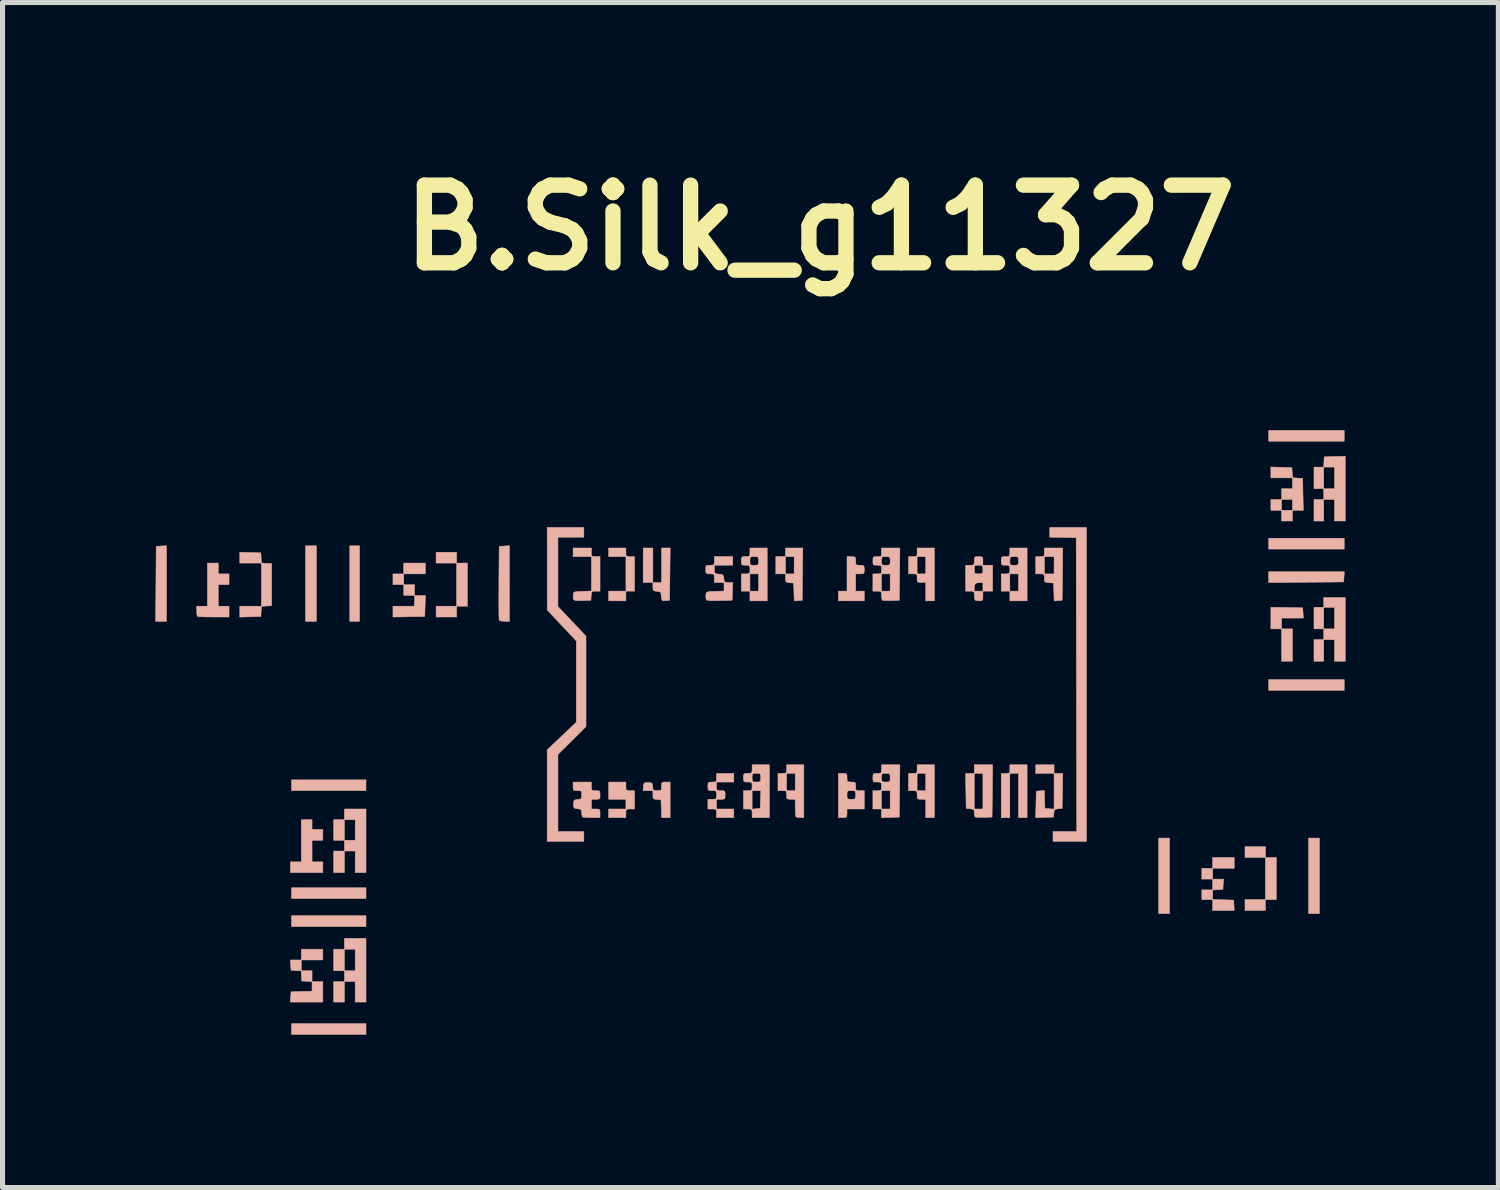
<source format=kicad_pcb>
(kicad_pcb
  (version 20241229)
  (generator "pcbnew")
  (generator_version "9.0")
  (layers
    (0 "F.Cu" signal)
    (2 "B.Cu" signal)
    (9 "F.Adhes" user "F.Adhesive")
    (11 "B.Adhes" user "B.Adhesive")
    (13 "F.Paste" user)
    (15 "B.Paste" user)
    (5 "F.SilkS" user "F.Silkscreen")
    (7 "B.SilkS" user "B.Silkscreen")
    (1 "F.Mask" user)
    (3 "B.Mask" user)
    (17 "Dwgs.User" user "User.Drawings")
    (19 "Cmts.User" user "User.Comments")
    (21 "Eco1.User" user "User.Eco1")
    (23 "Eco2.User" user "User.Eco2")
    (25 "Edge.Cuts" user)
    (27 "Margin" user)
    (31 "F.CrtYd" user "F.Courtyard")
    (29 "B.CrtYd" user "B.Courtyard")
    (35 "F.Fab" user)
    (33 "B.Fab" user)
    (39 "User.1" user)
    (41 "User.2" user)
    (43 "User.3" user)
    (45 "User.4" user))
  (footprint "B.Silk_g11327"
    (layer "F.Cu")
    (at 13.044 1.418)
    (property "Reference" "B.Silk_g11327" (at 0 0 0) (layer "F.SilkS") (effects (font (size 1.524 1.524) (thickness 0.3))))
    (attr through_hole)
    (fp_poly (pts (xy -9.885 7.726) (xy -10.097 7.726) (xy -10.097 6.244) (xy -9.885 6.244) (xy -9.885 7.726)) (stroke (width 0.01) (type solid)) (fill yes) (layer "B.SilkS"))
    (fp_poly (pts (xy -9.758 14.372) (xy -10.181 14.372) (xy -10.181 14.161) (xy -9.758 14.161) (xy -9.758 14.372)) (stroke (width 0.01) (type solid)) (fill yes) (layer "B.SilkS"))
    (fp_poly (pts (xy -9.335 12.658) (xy -9.546 12.658) (xy -9.546 12.234) (xy -9.335 12.234) (xy -9.335 12.658)) (stroke (width 0.01) (type solid)) (fill yes) (layer "B.SilkS"))
    (fp_poly (pts (xy -9.335 15.198) (xy -9.546 15.198) (xy -9.546 14.796) (xy -9.335 14.796) (xy -9.335 15.198)) (stroke (width 0.01) (type solid)) (fill yes) (layer "B.SilkS"))
    (fp_poly (pts (xy -9.038 7.726) (xy -9.229 7.726) (xy -9.229 6.244) (xy -9.038 6.244) (xy -9.038 7.726)) (stroke (width 0.01) (type solid)) (fill yes) (layer "B.SilkS"))
    (fp_poly (pts (xy -8.911 11.049) (xy -10.372 11.049) (xy -10.372 10.837) (xy -8.911 10.837) (xy -8.911 11.049)) (stroke (width 0.01) (type solid)) (fill yes) (layer "B.SilkS"))
    (fp_poly (pts (xy -8.911 13.166) (xy -10.372 13.166) (xy -10.372 12.954) (xy -8.911 12.954) (xy -8.911 13.166)) (stroke (width 0.01) (type solid)) (fill yes) (layer "B.SilkS"))
    (fp_poly (pts (xy -8.911 13.716) (xy -10.372 13.716) (xy -10.372 13.504) (xy -8.911 13.504) (xy -8.911 13.716)) (stroke (width 0.01) (type solid)) (fill yes) (layer "B.SilkS"))
    (fp_poly (pts (xy -8.911 15.833) (xy -10.372 15.833) (xy -10.372 15.621) (xy -8.911 15.621) (xy -8.911 15.833)) (stroke (width 0.01) (type solid)) (fill yes) (layer "B.SilkS"))
    (fp_poly (pts (xy -8.17 7.006) (xy -8.382 7.006) (xy -8.382 6.795) (xy -8.17 6.795) (xy -8.17 7.006)) (stroke (width 0.01) (type solid)) (fill yes) (layer "B.SilkS"))
    (fp_poly (pts (xy -7.959 7.218) (xy -8.17 7.218) (xy -8.17 7.006) (xy -7.959 7.006) (xy -7.959 7.218)) (stroke (width 0.01) (type solid)) (fill yes) (layer "B.SilkS"))
    (fp_poly (pts (xy -7.747 6.795) (xy -8.17 6.795) (xy -8.17 6.583) (xy -7.747 6.583) (xy -7.747 6.795)) (stroke (width 0.01) (type solid)) (fill yes) (layer "B.SilkS"))
    (fp_poly (pts (xy -7.133 6.583) (xy -7.535 6.583) (xy -7.535 6.371) (xy -7.133 6.371) (xy -7.133 6.583)) (stroke (width 0.01) (type solid)) (fill yes) (layer "B.SilkS"))
    (fp_poly (pts (xy -7.133 7.641) (xy -7.535 7.641) (xy -7.535 7.429) (xy -7.133 7.429) (xy -7.133 7.641)) (stroke (width 0.01) (type solid)) (fill yes) (layer "B.SilkS"))
    (fp_poly (pts (xy -6.921 7.429) (xy -7.133 7.429) (xy -7.133 6.583) (xy -6.921 6.583) (xy -6.921 7.429)) (stroke (width 0.01) (type solid)) (fill yes) (layer "B.SilkS"))
    (fp_poly (pts (xy -3.81 7.324) (xy -4.149 7.324) (xy -4.149 7.133) (xy -3.81 7.133) (xy -3.81 7.324)) (stroke (width 0.01) (type solid)) (fill yes) (layer "B.SilkS"))
    (fp_poly (pts (xy -3.281 6.964) (xy -3.471 6.964) (xy -3.471 6.287) (xy -3.281 6.287) (xy -3.281 6.964)) (stroke (width 0.01) (type solid)) (fill yes) (layer "B.SilkS"))
    (fp_poly (pts (xy 4.593 10.71) (xy 4.233 10.71) (xy 4.233 10.541) (xy 4.593 10.541) (xy 4.593 10.71)) (stroke (width 0.01) (type solid)) (fill yes) (layer "B.SilkS"))
    (fp_poly (pts (xy 6.858 13.462) (xy 6.646 13.462) (xy 6.646 11.98) (xy 6.858 11.98) (xy 6.858 13.462)) (stroke (width 0.01) (type solid)) (fill yes) (layer "B.SilkS"))
    (fp_poly (pts (xy 7.705 12.785) (xy 7.493 12.785) (xy 7.493 12.573) (xy 7.705 12.573) (xy 7.705 12.785)) (stroke (width 0.01) (type solid)) (fill yes) (layer "B.SilkS"))
    (fp_poly (pts (xy 8.128 12.573) (xy 7.705 12.573) (xy 7.705 12.361) (xy 8.128 12.361) (xy 8.128 12.573)) (stroke (width 0.01) (type solid)) (fill yes) (layer "B.SilkS"))
    (fp_poly (pts (xy 8.742 12.361) (xy 8.34 12.361) (xy 8.34 12.15) (xy 8.742 12.15) (xy 8.742 12.361)) (stroke (width 0.01) (type solid)) (fill yes) (layer "B.SilkS"))
    (fp_poly (pts (xy 8.742 13.399) (xy 8.34 13.399) (xy 8.34 13.187) (xy 8.742 13.187) (xy 8.742 13.399)) (stroke (width 0.01) (type solid)) (fill yes) (layer "B.SilkS"))
    (fp_poly (pts (xy 8.954 13.187) (xy 8.742 13.187) (xy 8.742 12.361) (xy 8.954 12.361) (xy 8.954 13.187)) (stroke (width 0.01) (type solid)) (fill yes) (layer "B.SilkS"))
    (fp_poly (pts (xy 9.271 8.509) (xy 9.059 8.509) (xy 9.059 7.874) (xy 9.271 7.874) (xy 9.271 8.509)) (stroke (width 0.01) (type solid)) (fill yes) (layer "B.SilkS"))
    (fp_poly (pts (xy 9.8 13.462) (xy 9.588 13.462) (xy 9.588 11.98) (xy 9.8 11.98) (xy 9.8 13.462)) (stroke (width 0.01) (type solid)) (fill yes) (layer "B.SilkS"))
    (fp_poly (pts (xy 9.885 5.757) (xy 9.694 5.757) (xy 9.694 5.334) (xy 9.885 5.334) (xy 9.885 5.757)) (stroke (width 0.01) (type solid)) (fill yes) (layer "B.SilkS"))
    (fp_poly (pts (xy 9.885 8.509) (xy 9.694 8.509) (xy 9.694 8.086) (xy 9.885 8.086) (xy 9.885 8.509)) (stroke (width 0.01) (type solid)) (fill yes) (layer "B.SilkS"))
    (fp_poly (pts (xy 10.287 4.191) (xy 8.805 4.191) (xy 8.805 3.979) (xy 10.287 3.979) (xy 10.287 4.191)) (stroke (width 0.01) (type solid)) (fill yes) (layer "B.SilkS"))
    (fp_poly (pts (xy 10.287 6.308) (xy 8.805 6.308) (xy 8.805 6.096) (xy 10.287 6.096) (xy 10.287 6.308)) (stroke (width 0.01) (type solid)) (fill yes) (layer "B.SilkS"))
    (fp_poly (pts (xy 10.287 9.081) (xy 8.805 9.081) (xy 8.805 8.869) (xy 10.287 8.869) (xy 10.287 9.081)) (stroke (width 0.01) (type solid)) (fill yes) (layer "B.SilkS"))
    (fp_poly (pts (xy -12.827 7.726) (xy -13.039 7.726) (xy -13.034 6.99) (xy -13.028 6.255) (xy -12.928 6.248) (xy -12.827 6.242) (xy -12.827 7.726)) (stroke (width 0.01) (type solid)) (fill yes) (layer "B.SilkS"))
    (fp_poly (pts (xy 10.283 6.853) (xy 10.276 6.953) (xy 9.541 6.959) (xy 8.805 6.964) (xy 8.805 6.752) (xy 10.289 6.752) (xy 10.283 6.853)) (stroke (width 0.01) (type solid)) (fill yes) (layer "B.SilkS"))
    (fp_poly (pts (xy -7.758 7.631) (xy -8.07 7.636) (xy -8.382 7.642) (xy -8.382 7.429) (xy -7.959 7.429) (xy -7.959 7.218) (xy -7.745 7.218) (xy -7.758 7.631)) (stroke (width 0.01) (type solid)) (fill yes) (layer "B.SilkS"))
    (fp_poly (pts (xy 9.16 7.455) (xy 9.472 7.461) (xy 9.479 7.562) (xy 9.485 7.662) (xy 9.059 7.662) (xy 9.059 7.874) (xy 8.848 7.874) (xy 8.848 7.45) (xy 9.16 7.455)) (stroke (width 0.01) (type solid)) (fill yes) (layer "B.SilkS"))
    (fp_poly (pts (xy 5.228 12.044) (xy 4.572 12.044) (xy 4.572 11.853) (xy 5.038 11.853) (xy 5.032 8.969) (xy 5.027 6.085) (xy 4.768 6.079) (xy 4.508 6.074) (xy 4.508 5.884) (xy 5.228 5.884) (xy 5.228 12.044)) (stroke (width 0.01) (type solid)) (fill yes) (layer "B.SilkS"))
    (fp_poly (pts (xy -9.97 11.811) (xy -9.758 11.811) (xy -9.758 12.023) (xy -9.97 12.023) (xy -9.97 12.446) (xy -9.758 12.446) (xy -9.758 12.658) (xy -10.393 12.658) (xy -10.393 12.446) (xy -10.181 12.446) (xy -10.181 11.62) (xy -9.97 11.62) (xy -9.97 11.811)) (stroke (width 0.01) (type solid)) (fill yes) (layer "B.SilkS"))
    (fp_poly (pts (xy -3.81 6.371) (xy -3.808 6.425) (xy -3.794 6.449) (xy -3.755 6.456) (xy -3.725 6.456) (xy -3.641 6.456) (xy -3.641 7.133) (xy -3.81 7.133) (xy -3.81 6.456) (xy -4.149 6.456) (xy -4.149 6.287) (xy -3.81 6.287) (xy -3.81 6.371)) (stroke (width 0.01) (type solid)) (fill yes) (layer "B.SilkS"))
    (fp_poly (pts (xy 7.906 12.986) (xy 7.705 12.999) (xy 7.705 13.185) (xy 8.117 13.197) (xy 8.124 13.298) (xy 8.13 13.399) (xy 7.705 13.399) (xy 7.705 13.187) (xy 7.493 13.187) (xy 7.493 12.996) (xy 7.705 12.996) (xy 7.705 12.785) (xy 7.919 12.785) (xy 7.906 12.986)) (stroke (width 0.01) (type solid)) (fill yes) (layer "B.SilkS"))
    (fp_poly (pts (xy -9.335 12.023) (xy -9.546 12.023) (xy -9.546 11.62) (xy -9.335 11.62) (xy -9.335 12.023) (xy -9.123 12.023) (xy -9.123 11.62) (xy -9.335 11.62) (xy -9.335 11.409) (xy -8.911 11.409) (xy -8.911 12.658) (xy -9.123 12.658) (xy -9.123 12.234) (xy -9.335 12.234) (xy -9.335 12.023)) (stroke (width 0.01) (type solid)) (fill yes) (layer "B.SilkS"))
    (fp_poly (pts (xy -9.335 14.584) (xy -9.546 14.584) (xy -9.546 14.161) (xy -9.335 14.161) (xy -9.335 14.584) (xy -9.123 14.584) (xy -9.123 14.161) (xy -9.335 14.161) (xy -9.335 13.949) (xy -8.911 13.949) (xy -8.911 15.198) (xy -9.123 15.198) (xy -9.123 14.796) (xy -9.335 14.796) (xy -9.335 14.584)) (stroke (width 0.01) (type solid)) (fill yes) (layer "B.SilkS"))
    (fp_poly (pts (xy 4.064 11.578) (xy 3.895 11.578) (xy 3.895 10.71) (xy 3.725 10.71) (xy 3.725 11.578) (xy 3.556 11.578) (xy 3.556 10.71) (xy 3.641 10.71) (xy 3.695 10.708) (xy 3.719 10.694) (xy 3.725 10.655) (xy 3.725 10.626) (xy 3.725 10.541) (xy 4.064 10.541) (xy 4.064 11.578)) (stroke (width 0.01) (type solid)) (fill yes) (layer "B.SilkS"))
    (fp_poly (pts (xy 9.885 7.874) (xy 9.694 7.874) (xy 9.694 7.451) (xy 9.885 7.451) (xy 9.885 7.874) (xy 10.097 7.874) (xy 10.097 7.451) (xy 9.885 7.451) (xy 9.885 7.26) (xy 10.308 7.26) (xy 10.308 8.509) (xy 10.097 8.509) (xy 10.097 8.086) (xy 9.885 8.086) (xy 9.885 7.874)) (stroke (width 0.01) (type solid)) (fill yes) (layer "B.SilkS"))
    (fp_poly (pts (xy -6.096 7.726) (xy -6.192 7.726) (xy -6.257 7.72) (xy -6.294 7.705) (xy -6.298 7.699) (xy -6.3 7.672) (xy -6.302 7.608) (xy -6.303 7.512) (xy -6.304 7.389) (xy -6.304 7.244) (xy -6.303 7.083) (xy -6.303 6.964) (xy -6.297 6.255) (xy -6.197 6.248) (xy -6.096 6.242) (xy -6.096 7.726)) (stroke (width 0.01) (type solid)) (fill yes) (layer "B.SilkS"))
    (fp_poly (pts (xy -11.181 6.376) (xy -10.975 6.382) (xy -10.962 6.581) (xy -10.863 6.587) (xy -10.763 6.593) (xy -10.763 7.419) (xy -10.863 7.425) (xy -10.962 7.432) (xy -10.969 7.531) (xy -10.975 7.631) (xy -11.388 7.643) (xy -11.388 7.429) (xy -10.964 7.429) (xy -10.964 6.583) (xy -11.388 6.583) (xy -11.388 6.37) (xy -11.181 6.376)) (stroke (width 0.01) (type solid)) (fill yes) (layer "B.SilkS"))
    (fp_poly (pts (xy 9.885 5.122) (xy 9.694 5.122) (xy 9.694 4.699) (xy 9.883 4.699) (xy 9.885 4.699) (xy 9.885 5.122) (xy 10.097 5.122) (xy 10.097 4.699) (xy 9.885 4.699) (xy 9.883 4.699) (xy 9.889 4.598) (xy 9.895 4.498) (xy 10.308 4.486) (xy 10.308 5.757) (xy 10.097 5.757) (xy 10.097 5.334) (xy 9.885 5.334) (xy 9.885 5.122)) (stroke (width 0.01) (type solid)) (fill yes) (layer "B.SilkS"))
    (fp_poly (pts (xy -4.636 6.075) (xy -5.144 6.075) (xy -5.144 7.436) (xy -4.868 7.727) (xy -4.593 8.018) (xy -4.593 9.79) (xy -4.868 10.065) (xy -5.144 10.339) (xy -5.144 11.853) (xy -4.636 11.853) (xy -4.636 12.044) (xy -5.355 12.044) (xy -5.355 10.248) (xy -4.784 9.707) (xy -4.784 8.111) (xy -5.354 7.504) (xy -5.355 5.884) (xy -4.636 5.884) (xy -4.636 6.075)) (stroke (width 0.01) (type solid)) (fill yes) (layer "B.SilkS"))
    (fp_poly (pts (xy -10.181 14.584) (xy -9.97 14.584) (xy -9.97 14.796) (xy -9.758 14.796) (xy -9.758 15.198) (xy -10.395 15.198) (xy -10.389 15.097) (xy -10.382 14.997) (xy -9.97 14.984) (xy -9.97 14.798) (xy -10.07 14.791) (xy -10.171 14.785) (xy -10.177 14.685) (xy -10.183 14.586) (xy -10.283 14.58) (xy -10.382 14.573) (xy -10.389 14.473) (xy -10.395 14.372) (xy -10.181 14.372) (xy -10.181 14.584)) (stroke (width 0.01) (type solid)) (fill yes) (layer "B.SilkS"))
    (fp_poly (pts (xy -2.947 6.8) (xy -2.953 7.313) (xy -3.031 7.32) (xy -3.08 7.322) (xy -3.103 7.31) (xy -3.112 7.273) (xy -3.116 7.235) (xy -3.122 7.178) (xy -3.137 7.15) (xy -3.173 7.14) (xy -3.201 7.137) (xy -3.253 7.13) (xy -3.275 7.112) (xy -3.281 7.07) (xy -3.281 7.047) (xy -3.281 6.964) (xy -3.111 6.964) (xy -3.111 6.287) (xy -2.941 6.287) (xy -2.947 6.8)) (stroke (width 0.01) (type solid)) (fill yes) (layer "B.SilkS"))
    (fp_poly (pts (xy -11.811 6.795) (xy -11.599 6.795) (xy -11.599 7.006) (xy -11.811 7.006) (xy -11.811 7.429) (xy -11.599 7.429) (xy -11.599 7.641) (xy -11.903 7.641) (xy -12.012 7.64) (xy -12.106 7.638) (xy -12.176 7.634) (xy -12.215 7.629) (xy -12.22 7.627) (xy -12.229 7.599) (xy -12.234 7.545) (xy -12.234 7.521) (xy -12.234 7.429) (xy -12.023 7.429) (xy -12.023 6.583) (xy -11.811 6.583) (xy -11.811 6.795)) (stroke (width 0.01) (type solid)) (fill yes) (layer "B.SilkS"))
    (fp_poly (pts (xy -3.81 10.964) (xy -3.808 11.019) (xy -3.794 11.043) (xy -3.755 11.049) (xy -3.725 11.049) (xy -3.641 11.049) (xy -3.641 11.409) (xy -3.725 11.409) (xy -3.78 11.411) (xy -3.804 11.425) (xy -3.81 11.464) (xy -3.81 11.493) (xy -3.81 11.578) (xy -4.149 11.578) (xy -4.149 11.409) (xy -3.81 11.409) (xy -3.81 11.218) (xy -4.149 11.218) (xy -4.149 10.88) (xy -3.81 10.88) (xy -3.81 10.964)) (stroke (width 0.01) (type solid)) (fill yes) (layer "B.SilkS"))
    (fp_poly (pts (xy 4.758 11.054) (xy 4.752 11.398) (xy 4.674 11.405) (xy 4.622 11.413) (xy 4.598 11.434) (xy 4.59 11.482) (xy 4.589 11.489) (xy 4.583 11.568) (xy 4.407 11.574) (xy 4.232 11.58) (xy 4.238 11.32) (xy 4.244 11.06) (xy 4.322 11.053) (xy 4.401 11.047) (xy 4.407 11.222) (xy 4.413 11.398) (xy 4.503 11.405) (xy 4.593 11.411) (xy 4.593 10.71) (xy 4.764 10.71) (xy 4.758 11.054)) (stroke (width 0.01) (type solid)) (fill yes) (layer "B.SilkS"))
    (fp_poly (pts (xy -0.344 6.8) (xy -0.349 7.313) (xy -0.428 7.32) (xy -0.506 7.326) (xy -0.512 7.15) (xy -0.519 6.974) (xy -0.598 6.968) (xy -0.649 6.961) (xy -0.672 6.943) (xy -0.677 6.9) (xy -0.677 6.878) (xy -0.677 6.795) (xy -0.868 6.795) (xy -0.868 6.456) (xy -0.677 6.456) (xy -0.677 6.795) (xy -0.508 6.795) (xy -0.508 6.456) (xy -0.677 6.456) (xy -0.677 6.287) (xy -0.338 6.287) (xy -0.344 6.8)) (stroke (width 0.01) (type solid)) (fill yes) (layer "B.SilkS"))
    (fp_poly (pts (xy 9.26 4.71) (xy 9.267 4.809) (xy 9.273 4.908) (xy 9.373 4.915) (xy 9.472 4.921) (xy 9.478 5.233) (xy 9.484 5.546) (xy 9.271 5.546) (xy 9.271 5.757) (xy 9.059 5.757) (xy 9.059 5.546) (xy 8.848 5.546) (xy 8.848 5.334) (xy 9.059 5.334) (xy 9.059 5.546) (xy 9.271 5.546) (xy 9.271 5.334) (xy 9.059 5.334) (xy 9.059 5.122) (xy 9.271 5.122) (xy 9.271 4.911) (xy 8.848 4.911) (xy 8.848 4.697) (xy 9.26 4.71)) (stroke (width 0.01) (type solid)) (fill yes) (layer "B.SilkS"))
    (fp_poly (pts (xy 3.382 11.054) (xy 3.376 11.568) (xy 3.216 11.574) (xy 3.138 11.575) (xy 3.076 11.572) (xy 3.044 11.566) (xy 3.042 11.565) (xy 3.031 11.535) (xy 3.027 11.484) (xy 3.027 11.481) (xy 3.023 11.435) (xy 3.004 11.414) (xy 2.956 11.406) (xy 2.947 11.405) (xy 2.868 11.398) (xy 2.862 11.054) (xy 2.856 10.71) (xy 3.027 10.71) (xy 3.027 11.409) (xy 3.196 11.409) (xy 3.196 10.71) (xy 3.027 10.71) (xy 3.027 10.541) (xy 3.387 10.541) (xy 3.382 11.054)) (stroke (width 0.01) (type solid)) (fill yes) (layer "B.SilkS"))
    (fp_poly (pts (xy 0.668 6.458) (xy 0.692 6.472) (xy 0.698 6.511) (xy 0.699 6.54) (xy 0.701 6.595) (xy 0.715 6.619) (xy 0.753 6.625) (xy 0.783 6.625) (xy 0.837 6.627) (xy 0.861 6.641) (xy 0.868 6.68) (xy 0.868 6.71) (xy 0.866 6.764) (xy 0.852 6.788) (xy 0.813 6.794) (xy 0.783 6.795) (xy 0.699 6.795) (xy 0.699 7.133) (xy 0.868 7.133) (xy 0.868 7.324) (xy 0.36 7.324) (xy 0.36 7.133) (xy 0.529 7.133) (xy 0.529 6.456) (xy 0.614 6.456) (xy 0.668 6.458)) (stroke (width 0.01) (type solid)) (fill yes) (layer "B.SilkS"))
    (fp_poly (pts (xy 2.244 7.324) (xy 2.074 7.324) (xy 2.074 6.964) (xy 1.99 6.964) (xy 1.935 6.962) (xy 1.911 6.948) (xy 1.905 6.909) (xy 1.905 6.879) (xy 1.903 6.825) (xy 1.889 6.801) (xy 1.85 6.795) (xy 1.82 6.795) (xy 1.736 6.795) (xy 1.736 6.456) (xy 1.82 6.456) (xy 1.905 6.456) (xy 1.905 6.795) (xy 2.074 6.795) (xy 2.074 6.456) (xy 1.905 6.456) (xy 1.82 6.456) (xy 1.875 6.454) (xy 1.899 6.44) (xy 1.905 6.401) (xy 1.905 6.371) (xy 1.905 6.287) (xy 2.244 6.287) (xy 2.244 7.324)) (stroke (width 0.01) (type solid)) (fill yes) (layer "B.SilkS"))
    (fp_poly (pts (xy 2.244 11.578) (xy 2.074 11.578) (xy 2.074 11.218) (xy 1.99 11.218) (xy 1.935 11.216) (xy 1.911 11.202) (xy 1.905 11.163) (xy 1.905 11.134) (xy 1.903 11.079) (xy 1.889 11.055) (xy 1.85 11.049) (xy 1.82 11.049) (xy 1.736 11.049) (xy 1.736 10.71) (xy 1.82 10.71) (xy 1.905 10.71) (xy 1.905 11.049) (xy 2.074 11.049) (xy 2.074 10.71) (xy 1.905 10.71) (xy 1.82 10.71) (xy 1.875 10.708) (xy 1.899 10.694) (xy 1.905 10.655) (xy 1.905 10.626) (xy 1.905 10.541) (xy 2.244 10.541) (xy 2.244 11.578)) (stroke (width 0.01) (type solid)) (fill yes) (layer "B.SilkS"))
    (fp_poly (pts (xy 4.758 6.8) (xy 4.752 7.313) (xy 4.595 7.326) (xy 4.589 7.15) (xy 4.583 6.974) (xy 4.493 6.968) (xy 4.436 6.962) (xy 4.41 6.947) (xy 4.403 6.911) (xy 4.403 6.878) (xy 4.401 6.825) (xy 4.386 6.801) (xy 4.347 6.795) (xy 4.318 6.795) (xy 4.233 6.795) (xy 4.233 6.456) (xy 4.318 6.456) (xy 4.403 6.456) (xy 4.403 6.795) (xy 4.593 6.795) (xy 4.593 6.456) (xy 4.403 6.456) (xy 4.318 6.456) (xy 4.372 6.454) (xy 4.396 6.44) (xy 4.402 6.401) (xy 4.403 6.371) (xy 4.403 6.287) (xy 4.763 6.287) (xy 4.758 6.8)) (stroke (width 0.01) (type solid)) (fill yes) (layer "B.SilkS"))
    (fp_poly (pts (xy -4.487 6.371) (xy -4.485 6.425) (xy -4.471 6.449) (xy -4.432 6.456) (xy -4.403 6.456) (xy -4.318 6.456) (xy -4.318 7.133) (xy -4.401 7.133) (xy -4.454 7.135) (xy -4.479 7.149) (xy -4.488 7.187) (xy -4.491 7.223) (xy -4.498 7.313) (xy -4.662 7.319) (xy -4.75 7.321) (xy -4.804 7.316) (xy -4.831 7.305) (xy -4.838 7.295) (xy -4.845 7.251) (xy -4.843 7.204) (xy -4.839 7.174) (xy -4.827 7.156) (xy -4.798 7.146) (xy -4.745 7.141) (xy -4.662 7.138) (xy -4.487 7.131) (xy -4.487 6.456) (xy -4.847 6.456) (xy -4.847 6.287) (xy -4.487 6.287) (xy -4.487 6.371)) (stroke (width 0.01) (type solid)) (fill yes) (layer "B.SilkS"))
    (fp_poly (pts (xy -2.942 11.578) (xy -3.11 11.578) (xy -3.122 11.229) (xy -3.201 11.222) (xy -3.253 11.215) (xy -3.275 11.197) (xy -3.281 11.155) (xy -3.281 11.132) (xy -3.281 11.049) (xy -3.474 11.049) (xy -3.467 10.97) (xy -3.461 10.919) (xy -3.443 10.896) (xy -3.401 10.89) (xy -3.376 10.89) (xy -3.322 10.893) (xy -3.296 10.908) (xy -3.287 10.947) (xy -3.285 10.97) (xy -3.278 11.021) (xy -3.26 11.043) (xy -3.217 11.049) (xy -3.195 11.049) (xy -3.142 11.047) (xy -3.118 11.032) (xy -3.112 10.994) (xy -3.111 10.964) (xy -3.109 10.91) (xy -3.095 10.886) (xy -3.057 10.88) (xy -3.027 10.88) (xy -2.942 10.88) (xy -2.942 11.578)) (stroke (width 0.01) (type solid)) (fill yes) (layer "B.SilkS"))
    (fp_poly (pts (xy -0.318 11.578) (xy -0.388 11.578) (xy -0.44 11.574) (xy -0.472 11.565) (xy -0.473 11.564) (xy -0.479 11.538) (xy -0.484 11.48) (xy -0.487 11.403) (xy -0.487 11.384) (xy -0.487 11.218) (xy -0.572 11.218) (xy -0.626 11.216) (xy -0.65 11.202) (xy -0.656 11.163) (xy -0.656 11.134) (xy -0.658 11.079) (xy -0.672 11.055) (xy -0.711 11.049) (xy -0.741 11.049) (xy -0.826 11.049) (xy -0.826 10.71) (xy -0.741 10.71) (xy -0.656 10.71) (xy -0.656 11.049) (xy -0.487 11.049) (xy -0.487 10.71) (xy -0.656 10.71) (xy -0.741 10.71) (xy -0.687 10.708) (xy -0.663 10.694) (xy -0.656 10.655) (xy -0.656 10.626) (xy -0.656 10.541) (xy -0.318 10.541) (xy -0.318 11.578)) (stroke (width 0.01) (type solid)) (fill yes) (layer "B.SilkS"))
    (fp_poly (pts (xy 0.499 10.712) (xy 0.523 10.727) (xy 0.529 10.765) (xy 0.529 10.795) (xy 0.531 10.849) (xy 0.545 10.873) (xy 0.584 10.879) (xy 0.614 10.88) (xy 0.668 10.882) (xy 0.692 10.896) (xy 0.698 10.935) (xy 0.699 10.964) (xy 0.701 11.019) (xy 0.715 11.043) (xy 0.753 11.049) (xy 0.783 11.049) (xy 0.868 11.049) (xy 0.868 11.409) (xy 0.529 11.409) (xy 0.529 11.493) (xy 0.527 11.548) (xy 0.513 11.572) (xy 0.474 11.578) (xy 0.445 11.578) (xy 0.36 11.578) (xy 0.36 11.134) (xy 0.529 11.134) (xy 0.531 11.188) (xy 0.545 11.212) (xy 0.584 11.218) (xy 0.614 11.218) (xy 0.668 11.216) (xy 0.692 11.202) (xy 0.698 11.163) (xy 0.699 11.134) (xy 0.696 11.079) (xy 0.682 11.055) (xy 0.644 11.049) (xy 0.614 11.049) (xy 0.56 11.051) (xy 0.536 11.065) (xy 0.529 11.104) (xy 0.529 11.134) (xy 0.36 11.134) (xy 0.36 10.71) (xy 0.445 10.71) (xy 0.499 10.712)) (stroke (width 0.01) (type solid)) (fill yes) (layer "B.SilkS"))
    (fp_poly (pts (xy -1.693 10.88) (xy -2.032 10.88) (xy -2.032 10.964) (xy -2.03 11.019) (xy -2.016 11.043) (xy -1.977 11.049) (xy -1.947 11.049) (xy -1.893 11.051) (xy -1.869 11.065) (xy -1.863 11.104) (xy -1.863 11.134) (xy -1.865 11.188) (xy -1.879 11.212) (xy -1.918 11.218) (xy -1.947 11.218) (xy -2.032 11.218) (xy -2.032 11.409) (xy -1.693 11.409) (xy -1.693 11.578) (xy -2.032 11.578) (xy -2.032 11.493) (xy -2.034 11.439) (xy -2.048 11.415) (xy -2.087 11.409) (xy -2.117 11.409) (xy -2.201 11.409) (xy -2.201 11.218) (xy -2.117 11.218) (xy -2.062 11.216) (xy -2.038 11.202) (xy -2.032 11.163) (xy -2.032 11.134) (xy -2.034 11.079) (xy -2.048 11.055) (xy -2.087 11.049) (xy -2.117 11.049) (xy -2.171 11.047) (xy -2.195 11.033) (xy -2.201 10.994) (xy -2.201 10.964) (xy -2.199 10.91) (xy -2.185 10.886) (xy -2.146 10.88) (xy -2.117 10.88) (xy -2.062 10.878) (xy -2.038 10.863) (xy -2.032 10.825) (xy -2.032 10.795) (xy -2.032 10.71) (xy -1.693 10.71) (xy -1.693 10.88)) (stroke (width 0.01) (type solid)) (fill yes) (layer "B.SilkS"))
    (fp_poly (pts (xy -1.714 6.625) (xy -2.074 6.625) (xy -2.074 6.709) (xy -2.072 6.761) (xy -2.058 6.786) (xy -2.02 6.796) (xy -1.984 6.799) (xy -1.928 6.805) (xy -1.901 6.821) (xy -1.89 6.857) (xy -1.888 6.884) (xy -1.881 6.935) (xy -1.863 6.958) (xy -1.821 6.964) (xy -1.797 6.964) (xy -1.713 6.964) (xy -1.725 7.313) (xy -1.974 7.319) (xy -2.084 7.321) (xy -2.159 7.319) (xy -2.205 7.314) (xy -2.228 7.304) (xy -2.235 7.294) (xy -2.242 7.251) (xy -2.24 7.204) (xy -2.235 7.174) (xy -2.223 7.156) (xy -2.195 7.146) (xy -2.142 7.141) (xy -2.058 7.138) (xy -1.884 7.131) (xy -1.884 6.964) (xy -2.074 6.964) (xy -2.074 6.879) (xy -2.076 6.825) (xy -2.091 6.801) (xy -2.129 6.795) (xy -2.159 6.795) (xy -2.213 6.792) (xy -2.237 6.778) (xy -2.243 6.74) (xy -2.244 6.71) (xy -2.242 6.656) (xy -2.227 6.632) (xy -2.189 6.625) (xy -2.159 6.625) (xy -2.105 6.623) (xy -2.081 6.609) (xy -2.075 6.57) (xy -2.074 6.54) (xy -2.074 6.456) (xy -1.714 6.456) (xy -1.714 6.625)) (stroke (width 0.01) (type solid)) (fill yes) (layer "B.SilkS"))
    (fp_poly (pts (xy -1.037 7.324) (xy -1.376 7.324) (xy -1.376 7.133) (xy -1.545 7.133) (xy -1.545 6.795) (xy -1.46 6.795) (xy -1.376 6.795) (xy -1.376 7.133) (xy -1.206 7.133) (xy -1.206 6.795) (xy -1.376 6.795) (xy -1.46 6.795) (xy -1.406 6.792) (xy -1.382 6.778) (xy -1.376 6.74) (xy -1.376 6.71) (xy -1.378 6.656) (xy -1.392 6.632) (xy -1.431 6.625) (xy -1.46 6.625) (xy -1.515 6.623) (xy -1.539 6.609) (xy -1.545 6.57) (xy -1.545 6.54) (xy -1.376 6.54) (xy -1.374 6.595) (xy -1.36 6.619) (xy -1.321 6.625) (xy -1.291 6.625) (xy -1.237 6.623) (xy -1.213 6.609) (xy -1.207 6.57) (xy -1.206 6.54) (xy -1.209 6.486) (xy -1.223 6.462) (xy -1.261 6.456) (xy -1.291 6.456) (xy -1.345 6.458) (xy -1.369 6.472) (xy -1.376 6.511) (xy -1.376 6.54) (xy -1.545 6.54) (xy -1.543 6.486) (xy -1.529 6.462) (xy -1.49 6.456) (xy -1.46 6.456) (xy -1.406 6.454) (xy -1.382 6.44) (xy -1.376 6.401) (xy -1.376 6.371) (xy -1.376 6.287) (xy -1.037 6.287) (xy -1.037 7.324)) (stroke (width 0.01) (type solid)) (fill yes) (layer "B.SilkS"))
    (fp_poly (pts (xy 4.064 7.324) (xy 3.725 7.324) (xy 3.725 7.133) (xy 3.556 7.133) (xy 3.556 6.795) (xy 3.641 6.795) (xy 3.725 6.795) (xy 3.725 7.133) (xy 3.895 7.133) (xy 3.895 6.795) (xy 3.725 6.795) (xy 3.641 6.795) (xy 3.695 6.792) (xy 3.719 6.778) (xy 3.725 6.74) (xy 3.725 6.71) (xy 3.723 6.656) (xy 3.709 6.632) (xy 3.67 6.625) (xy 3.641 6.625) (xy 3.586 6.623) (xy 3.562 6.609) (xy 3.556 6.57) (xy 3.556 6.54) (xy 3.725 6.54) (xy 3.727 6.595) (xy 3.742 6.619) (xy 3.78 6.625) (xy 3.81 6.625) (xy 3.864 6.623) (xy 3.888 6.609) (xy 3.894 6.57) (xy 3.895 6.54) (xy 3.893 6.486) (xy 3.878 6.462) (xy 3.84 6.456) (xy 3.81 6.456) (xy 3.756 6.458) (xy 3.732 6.472) (xy 3.726 6.511) (xy 3.725 6.54) (xy 3.556 6.54) (xy 3.558 6.486) (xy 3.572 6.462) (xy 3.611 6.456) (xy 3.641 6.456) (xy 3.695 6.454) (xy 3.719 6.44) (xy 3.725 6.401) (xy 3.725 6.371) (xy 3.725 6.287) (xy 4.064 6.287) (xy 4.064 7.324)) (stroke (width 0.01) (type solid)) (fill yes) (layer "B.SilkS"))
    (fp_poly (pts (xy 1.561 11.054) (xy 1.556 11.568) (xy 1.381 11.574) (xy 1.206 11.58) (xy 1.206 11.409) (xy 1.037 11.409) (xy 1.037 11.049) (xy 1.122 11.049) (xy 1.206 11.049) (xy 1.206 11.409) (xy 1.376 11.409) (xy 1.376 11.049) (xy 1.206 11.049) (xy 1.122 11.049) (xy 1.176 11.047) (xy 1.2 11.033) (xy 1.206 10.994) (xy 1.206 10.964) (xy 1.204 10.91) (xy 1.19 10.886) (xy 1.152 10.88) (xy 1.122 10.88) (xy 1.068 10.878) (xy 1.044 10.863) (xy 1.037 10.825) (xy 1.037 10.795) (xy 1.206 10.795) (xy 1.209 10.849) (xy 1.223 10.873) (xy 1.261 10.879) (xy 1.291 10.88) (xy 1.345 10.878) (xy 1.369 10.863) (xy 1.376 10.825) (xy 1.376 10.795) (xy 1.374 10.741) (xy 1.36 10.717) (xy 1.321 10.711) (xy 1.291 10.71) (xy 1.237 10.712) (xy 1.213 10.727) (xy 1.207 10.765) (xy 1.206 10.795) (xy 1.037 10.795) (xy 1.039 10.741) (xy 1.053 10.717) (xy 1.092 10.711) (xy 1.122 10.71) (xy 1.176 10.708) (xy 1.2 10.694) (xy 1.206 10.655) (xy 1.206 10.626) (xy 1.206 10.541) (xy 1.567 10.541) (xy 1.561 11.054)) (stroke (width 0.01) (type solid)) (fill yes) (layer "B.SilkS"))
    (fp_poly (pts (xy -4.487 10.964) (xy -4.485 11.019) (xy -4.471 11.043) (xy -4.432 11.049) (xy -4.403 11.049) (xy -4.348 11.051) (xy -4.324 11.065) (xy -4.318 11.104) (xy -4.318 11.134) (xy -4.32 11.188) (xy -4.334 11.212) (xy -4.373 11.218) (xy -4.403 11.218) (xy -4.487 11.218) (xy -4.487 11.409) (xy -4.403 11.409) (xy -4.348 11.411) (xy -4.324 11.425) (xy -4.318 11.464) (xy -4.318 11.493) (xy -4.318 11.578) (xy -4.484 11.578) (xy -4.564 11.576) (xy -4.627 11.572) (xy -4.661 11.566) (xy -4.664 11.564) (xy -4.673 11.535) (xy -4.678 11.484) (xy -4.678 11.481) (xy -4.682 11.435) (xy -4.701 11.414) (xy -4.748 11.406) (xy -4.757 11.405) (xy -4.808 11.398) (xy -4.831 11.38) (xy -4.836 11.338) (xy -4.837 11.314) (xy -4.834 11.259) (xy -4.819 11.234) (xy -4.78 11.224) (xy -4.757 11.222) (xy -4.706 11.215) (xy -4.684 11.197) (xy -4.678 11.155) (xy -4.678 11.132) (xy -4.68 11.079) (xy -4.694 11.055) (xy -4.733 11.049) (xy -4.763 11.049) (xy -4.817 11.047) (xy -4.841 11.033) (xy -4.847 10.994) (xy -4.847 10.964) (xy -4.847 10.88) (xy -4.487 10.88) (xy -4.487 10.964)) (stroke (width 0.01) (type solid)) (fill yes) (layer "B.SilkS"))
    (fp_poly (pts (xy -0.995 11.578) (xy -1.333 11.578) (xy -1.333 11.493) (xy -1.336 11.439) (xy -1.35 11.415) (xy -1.388 11.409) (xy -1.418 11.409) (xy -1.503 11.409) (xy -1.503 11.049) (xy -1.418 11.049) (xy -1.333 11.049) (xy -1.333 11.411) (xy -1.175 11.398) (xy -1.169 11.224) (xy -1.162 11.049) (xy -1.333 11.049) (xy -1.418 11.049) (xy -1.364 11.047) (xy -1.34 11.033) (xy -1.334 10.994) (xy -1.333 10.964) (xy -1.336 10.91) (xy -1.35 10.886) (xy -1.388 10.88) (xy -1.418 10.88) (xy -1.472 10.878) (xy -1.496 10.863) (xy -1.503 10.825) (xy -1.503 10.795) (xy -1.333 10.795) (xy -1.331 10.849) (xy -1.317 10.873) (xy -1.279 10.879) (xy -1.249 10.88) (xy -1.195 10.878) (xy -1.171 10.863) (xy -1.164 10.825) (xy -1.164 10.795) (xy -1.166 10.741) (xy -1.18 10.717) (xy -1.219 10.711) (xy -1.249 10.71) (xy -1.303 10.712) (xy -1.327 10.727) (xy -1.333 10.765) (xy -1.333 10.795) (xy -1.503 10.795) (xy -1.501 10.741) (xy -1.487 10.717) (xy -1.448 10.711) (xy -1.418 10.71) (xy -1.364 10.708) (xy -1.34 10.694) (xy -1.334 10.655) (xy -1.333 10.626) (xy -1.333 10.541) (xy -0.995 10.541) (xy -0.995 11.578)) (stroke (width 0.01) (type solid)) (fill yes) (layer "B.SilkS"))
    (fp_poly (pts (xy 1.561 6.8) (xy 1.556 7.313) (xy 1.396 7.319) (xy 1.317 7.32) (xy 1.256 7.318) (xy 1.223 7.312) (xy 1.221 7.31) (xy 1.212 7.281) (xy 1.207 7.228) (xy 1.206 7.214) (xy 1.204 7.162) (xy 1.19 7.139) (xy 1.15 7.133) (xy 1.122 7.133) (xy 1.037 7.133) (xy 1.037 6.795) (xy 1.122 6.795) (xy 1.206 6.795) (xy 1.206 7.133) (xy 1.376 7.133) (xy 1.376 6.795) (xy 1.206 6.795) (xy 1.122 6.795) (xy 1.176 6.792) (xy 1.2 6.778) (xy 1.206 6.74) (xy 1.206 6.71) (xy 1.204 6.656) (xy 1.19 6.632) (xy 1.152 6.625) (xy 1.122 6.625) (xy 1.068 6.623) (xy 1.044 6.609) (xy 1.037 6.57) (xy 1.037 6.54) (xy 1.206 6.54) (xy 1.209 6.595) (xy 1.223 6.619) (xy 1.261 6.625) (xy 1.291 6.625) (xy 1.345 6.623) (xy 1.369 6.609) (xy 1.376 6.57) (xy 1.376 6.54) (xy 1.374 6.486) (xy 1.36 6.462) (xy 1.321 6.456) (xy 1.291 6.456) (xy 1.237 6.458) (xy 1.213 6.472) (xy 1.207 6.511) (xy 1.206 6.54) (xy 1.037 6.54) (xy 1.039 6.486) (xy 1.053 6.462) (xy 1.092 6.456) (xy 1.122 6.456) (xy 1.176 6.454) (xy 1.2 6.44) (xy 1.206 6.401) (xy 1.206 6.371) (xy 1.206 6.287) (xy 1.567 6.287) (xy 1.561 6.8)) (stroke (width 0.01) (type solid)) (fill yes) (layer "B.SilkS"))
    (fp_poly (pts (xy 3.166 6.458) (xy 3.19 6.472) (xy 3.196 6.511) (xy 3.196 6.54) (xy 3.196 6.625) (xy 3.387 6.625) (xy 3.387 7.133) (xy 3.196 7.133) (xy 3.196 7.228) (xy 3.195 7.287) (xy 3.184 7.315) (xy 3.156 7.323) (xy 3.126 7.324) (xy 3.073 7.32) (xy 3.042 7.31) (xy 3.041 7.31) (xy 3.032 7.281) (xy 3.027 7.228) (xy 3.027 7.214) (xy 3.025 7.162) (xy 3.01 7.139) (xy 2.97 7.133) (xy 2.942 7.133) (xy 3.024 7.133) (xy 3.196 7.133) (xy 3.196 6.961) (xy 3.117 6.968) (xy 3.064 6.976) (xy 3.041 6.996) (xy 3.032 7.043) (xy 3.031 7.054) (xy 3.024 7.133) (xy 2.942 7.133) (xy 2.857 7.133) (xy 2.857 6.71) (xy 3.027 6.71) (xy 3.029 6.764) (xy 3.043 6.788) (xy 3.082 6.794) (xy 3.111 6.795) (xy 3.166 6.792) (xy 3.19 6.778) (xy 3.196 6.74) (xy 3.196 6.71) (xy 3.194 6.656) (xy 3.18 6.632) (xy 3.141 6.625) (xy 3.111 6.625) (xy 3.057 6.627) (xy 3.033 6.641) (xy 3.027 6.68) (xy 3.027 6.71) (xy 2.857 6.71) (xy 2.857 6.625) (xy 2.942 6.625) (xy 2.996 6.623) (xy 3.02 6.609) (xy 3.027 6.57) (xy 3.027 6.54) (xy 3.029 6.486) (xy 3.043 6.462) (xy 3.082 6.456) (xy 3.111 6.456) (xy 3.166 6.458)) (stroke (width 0.01) (type solid)) (fill yes) (layer "B.SilkS")))
  (gr_rect
    (start -3 -3)
    (end 26.357 20.256)
    (stroke (width 0.1) (type default))
    (fill no)
    (layer "Edge.Cuts")))
</source>
